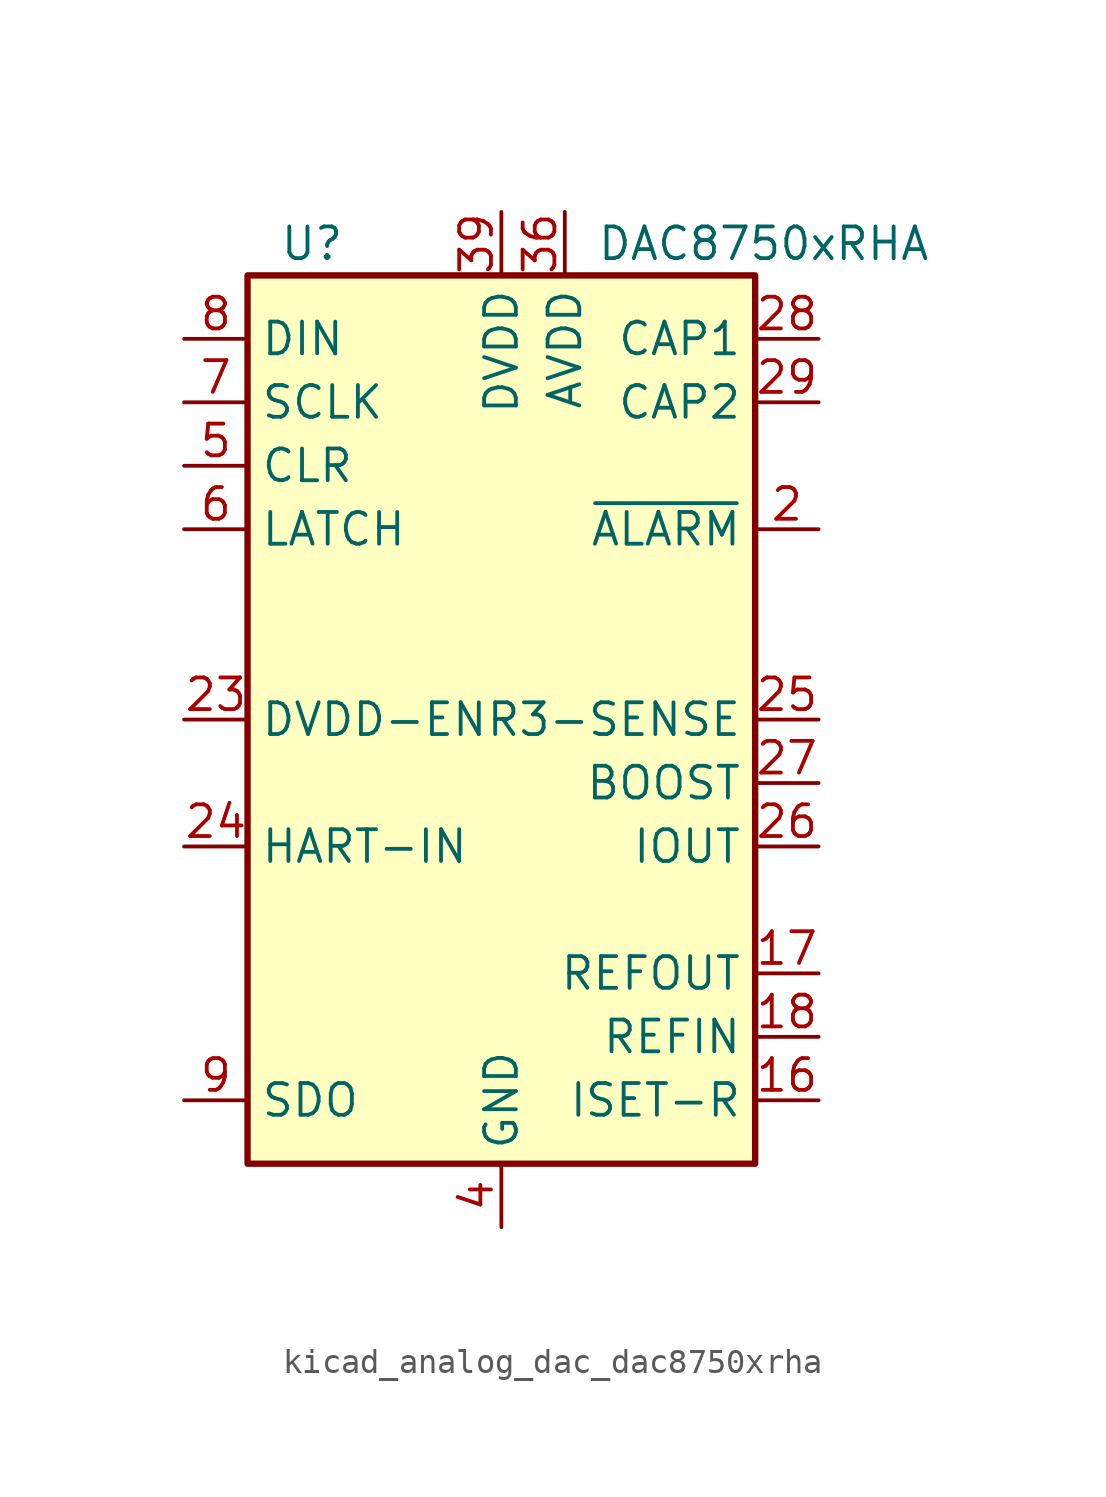
<source format=kicad_sym>
(kicad_symbol_lib
  (version 20220914)
  (generator kicad_symbol_editor)
  (symbol "kicad_analog_dac_dac8750xrha"
    (property "Reference" "U"
      (at -8.89 19.05 0)
      (effects (font (size 1.27 1.27)) (justify left)))
    (property "Value" "DAC8750xRHA"
      (at 3.81 19.05 0)
      (effects (font (size 1.27 1.27)) (justify left)))
    (symbol "kicad_analog_dac_dac8750xrha_1_1"
      (rectangle (start -10.16 17.78) (end 10.16 -17.78) (stroke (width 0.254) (type default)) (fill (type background)))
      (pin no_connect line (at -10.16 -2.54 0) (length 2.54) hide (name "NC" (effects (font (size 1.27 1.27)))) (number "1" (effects (font (size 1.27 1.27)))))
      (pin no_connect line (at -10.16 -12.7 0) (length 2.54) hide (name "NC" (effects (font (size 1.27 1.27)))) (number "10" (effects (font (size 1.27 1.27)))))
      (pin no_connect line (at -5.08 17.78 270) (length 2.54) hide (name "NC" (effects (font (size 1.27 1.27)))) (number "11" (effects (font (size 1.27 1.27)))))
      (pin passive line (at 0 -20.32 90) (length 2.54) hide (name "GND" (effects (font (size 1.27 1.27)))) (number "12" (effects (font (size 1.27 1.27)))))
      (pin passive line (at 0 -20.32 90) (length 2.54) hide (name "GND" (effects (font (size 1.27 1.27)))) (number "13" (effects (font (size 1.27 1.27)))))
      (pin passive line (at 0 -20.32 90) (length 2.54) hide (name "GND" (effects (font (size 1.27 1.27)))) (number "14" (effects (font (size 1.27 1.27)))))
      (pin passive line (at 0 -20.32 90) (length 2.54) hide (name "GND" (effects (font (size 1.27 1.27)))) (number "15" (effects (font (size 1.27 1.27)))))
      (pin passive line (at 12.7 -15.24 180) (length 2.54) (name "ISET-R" (effects (font (size 1.27 1.27)))) (number "16" (effects (font (size 1.27 1.27)))))
      (pin output line (at 12.7 -10.16 180) (length 2.54) (name "REFOUT" (effects (font (size 1.27 1.27)))) (number "17" (effects (font (size 1.27 1.27)))))
      (pin input line (at 12.7 -12.7 180) (length 2.54) (name "REFIN" (effects (font (size 1.27 1.27)))) (number "18" (effects (font (size 1.27 1.27)))))
      (pin no_connect line (at 10.16 -7.62 180) (length 2.54) hide (name "NC" (effects (font (size 1.27 1.27)))) (number "19" (effects (font (size 1.27 1.27)))))
      (pin open_collector line (at 12.7 7.62 180) (length 2.54) (name "~{ALARM}" (effects (font (size 1.27 1.27)))) (number "2" (effects (font (size 1.27 1.27)))))
      (pin no_connect line (at 10.16 10.16 180) (length 2.54) hide (name "NC" (effects (font (size 1.27 1.27)))) (number "20" (effects (font (size 1.27 1.27)))))
      (pin no_connect line (at -10.16 2.54 0) (length 2.54) hide (name "NC" (effects (font (size 1.27 1.27)))) (number "21" (effects (font (size 1.27 1.27)))))
      (pin no_connect line (at -2.54 17.78 270) (length 2.54) hide (name "NC" (effects (font (size 1.27 1.27)))) (number "22" (effects (font (size 1.27 1.27)))))
      (pin input line (at -12.7 0 0) (length 2.54) (name "DVDD-EN" (effects (font (size 1.27 1.27)))) (number "23" (effects (font (size 1.27 1.27)))))
      (pin input line (at -12.7 -5.08 0) (length 2.54) (name "HART-IN" (effects (font (size 1.27 1.27)))) (number "24" (effects (font (size 1.27 1.27)))))
      (pin output line (at 12.7 0 180) (length 2.54) (name "R3-SENSE" (effects (font (size 1.27 1.27)))) (number "25" (effects (font (size 1.27 1.27)))))
      (pin output line (at 12.7 -5.08 180) (length 2.54) (name "IOUT" (effects (font (size 1.27 1.27)))) (number "26" (effects (font (size 1.27 1.27)))))
      (pin output line (at 12.7 -2.54 180) (length 2.54) (name "BOOST" (effects (font (size 1.27 1.27)))) (number "27" (effects (font (size 1.27 1.27)))))
      (pin passive line (at 12.7 15.24 180) (length 2.54) (name "CAP1" (effects (font (size 1.27 1.27)))) (number "28" (effects (font (size 1.27 1.27)))))
      (pin passive line (at 12.7 12.7 180) (length 2.54) (name "CAP2" (effects (font (size 1.27 1.27)))) (number "29" (effects (font (size 1.27 1.27)))))
      (pin passive line (at 0 -20.32 90) (length 2.54) hide (name "GND" (effects (font (size 1.27 1.27)))) (number "3" (effects (font (size 1.27 1.27)))))
      (pin no_connect line (at -5.08 -17.78 90) (length 2.54) hide (name "NC" (effects (font (size 1.27 1.27)))) (number "30" (effects (font (size 1.27 1.27)))))
      (pin no_connect line (at -2.54 -17.78 90) (length 2.54) hide (name "NC" (effects (font (size 1.27 1.27)))) (number "31" (effects (font (size 1.27 1.27)))))
      (pin no_connect line (at 2.54 -17.78 90) (length 2.54) hide (name "NC" (effects (font (size 1.27 1.27)))) (number "32" (effects (font (size 1.27 1.27)))))
      (pin no_connect line (at 5.08 -17.78 90) (length 2.54) hide (name "NC" (effects (font (size 1.27 1.27)))) (number "33" (effects (font (size 1.27 1.27)))))
      (pin no_connect line (at 10.16 2.54 180) (length 2.54) hide (name "NC" (effects (font (size 1.27 1.27)))) (number "34" (effects (font (size 1.27 1.27)))))
      (pin no_connect line (at 10.16 5.08 180) (length 2.54) hide (name "NC" (effects (font (size 1.27 1.27)))) (number "35" (effects (font (size 1.27 1.27)))))
      (pin power_in line (at 2.54 20.32 270) (length 2.54) (name "AVDD" (effects (font (size 1.27 1.27)))) (number "36" (effects (font (size 1.27 1.27)))))
      (pin passive line (at 0 -20.32 90) (length 2.54) hide (name "GND" (effects (font (size 1.27 1.27)))) (number "37" (effects (font (size 1.27 1.27)))))
      (pin no_connect line (at -10.16 -10.16 0) (length 2.54) hide (name "NC" (effects (font (size 1.27 1.27)))) (number "38" (effects (font (size 1.27 1.27)))))
      (pin power_in line (at 0 20.32 270) (length 2.54) (name "DVDD" (effects (font (size 1.27 1.27)))) (number "39" (effects (font (size 1.27 1.27)))))
      (pin power_in line (at 0 -20.32 90) (length 2.54) (name "GND" (effects (font (size 1.27 1.27)))) (number "4" (effects (font (size 1.27 1.27)))))
      (pin no_connect line (at -10.16 -7.62 0) (length 2.54) hide (name "NC" (effects (font (size 1.27 1.27)))) (number "40" (effects (font (size 1.27 1.27)))))
      (pin passive line (at 0 -20.32 90) (length 2.54) hide (name "GND" (effects (font (size 1.27 1.27)))) (number "41" (effects (font (size 1.27 1.27)))))
      (pin input line (at -12.7 10.16 0) (length 2.54) (name "CLR" (effects (font (size 1.27 1.27)))) (number "5" (effects (font (size 1.27 1.27)))))
      (pin input line (at -12.7 7.62 0) (length 2.54) (name "LATCH" (effects (font (size 1.27 1.27)))) (number "6" (effects (font (size 1.27 1.27)))))
      (pin input line (at -12.7 12.7 0) (length 2.54) (name "SCLK" (effects (font (size 1.27 1.27)))) (number "7" (effects (font (size 1.27 1.27)))))
      (pin input line (at -12.7 15.24 0) (length 2.54) (name "DIN" (effects (font (size 1.27 1.27)))) (number "8" (effects (font (size 1.27 1.27)))))
      (pin output line (at -12.7 -15.24 0) (length 2.54) (name "SDO" (effects (font (size 1.27 1.27)))) (number "9" (effects (font (size 1.27 1.27))))))))
</source>
